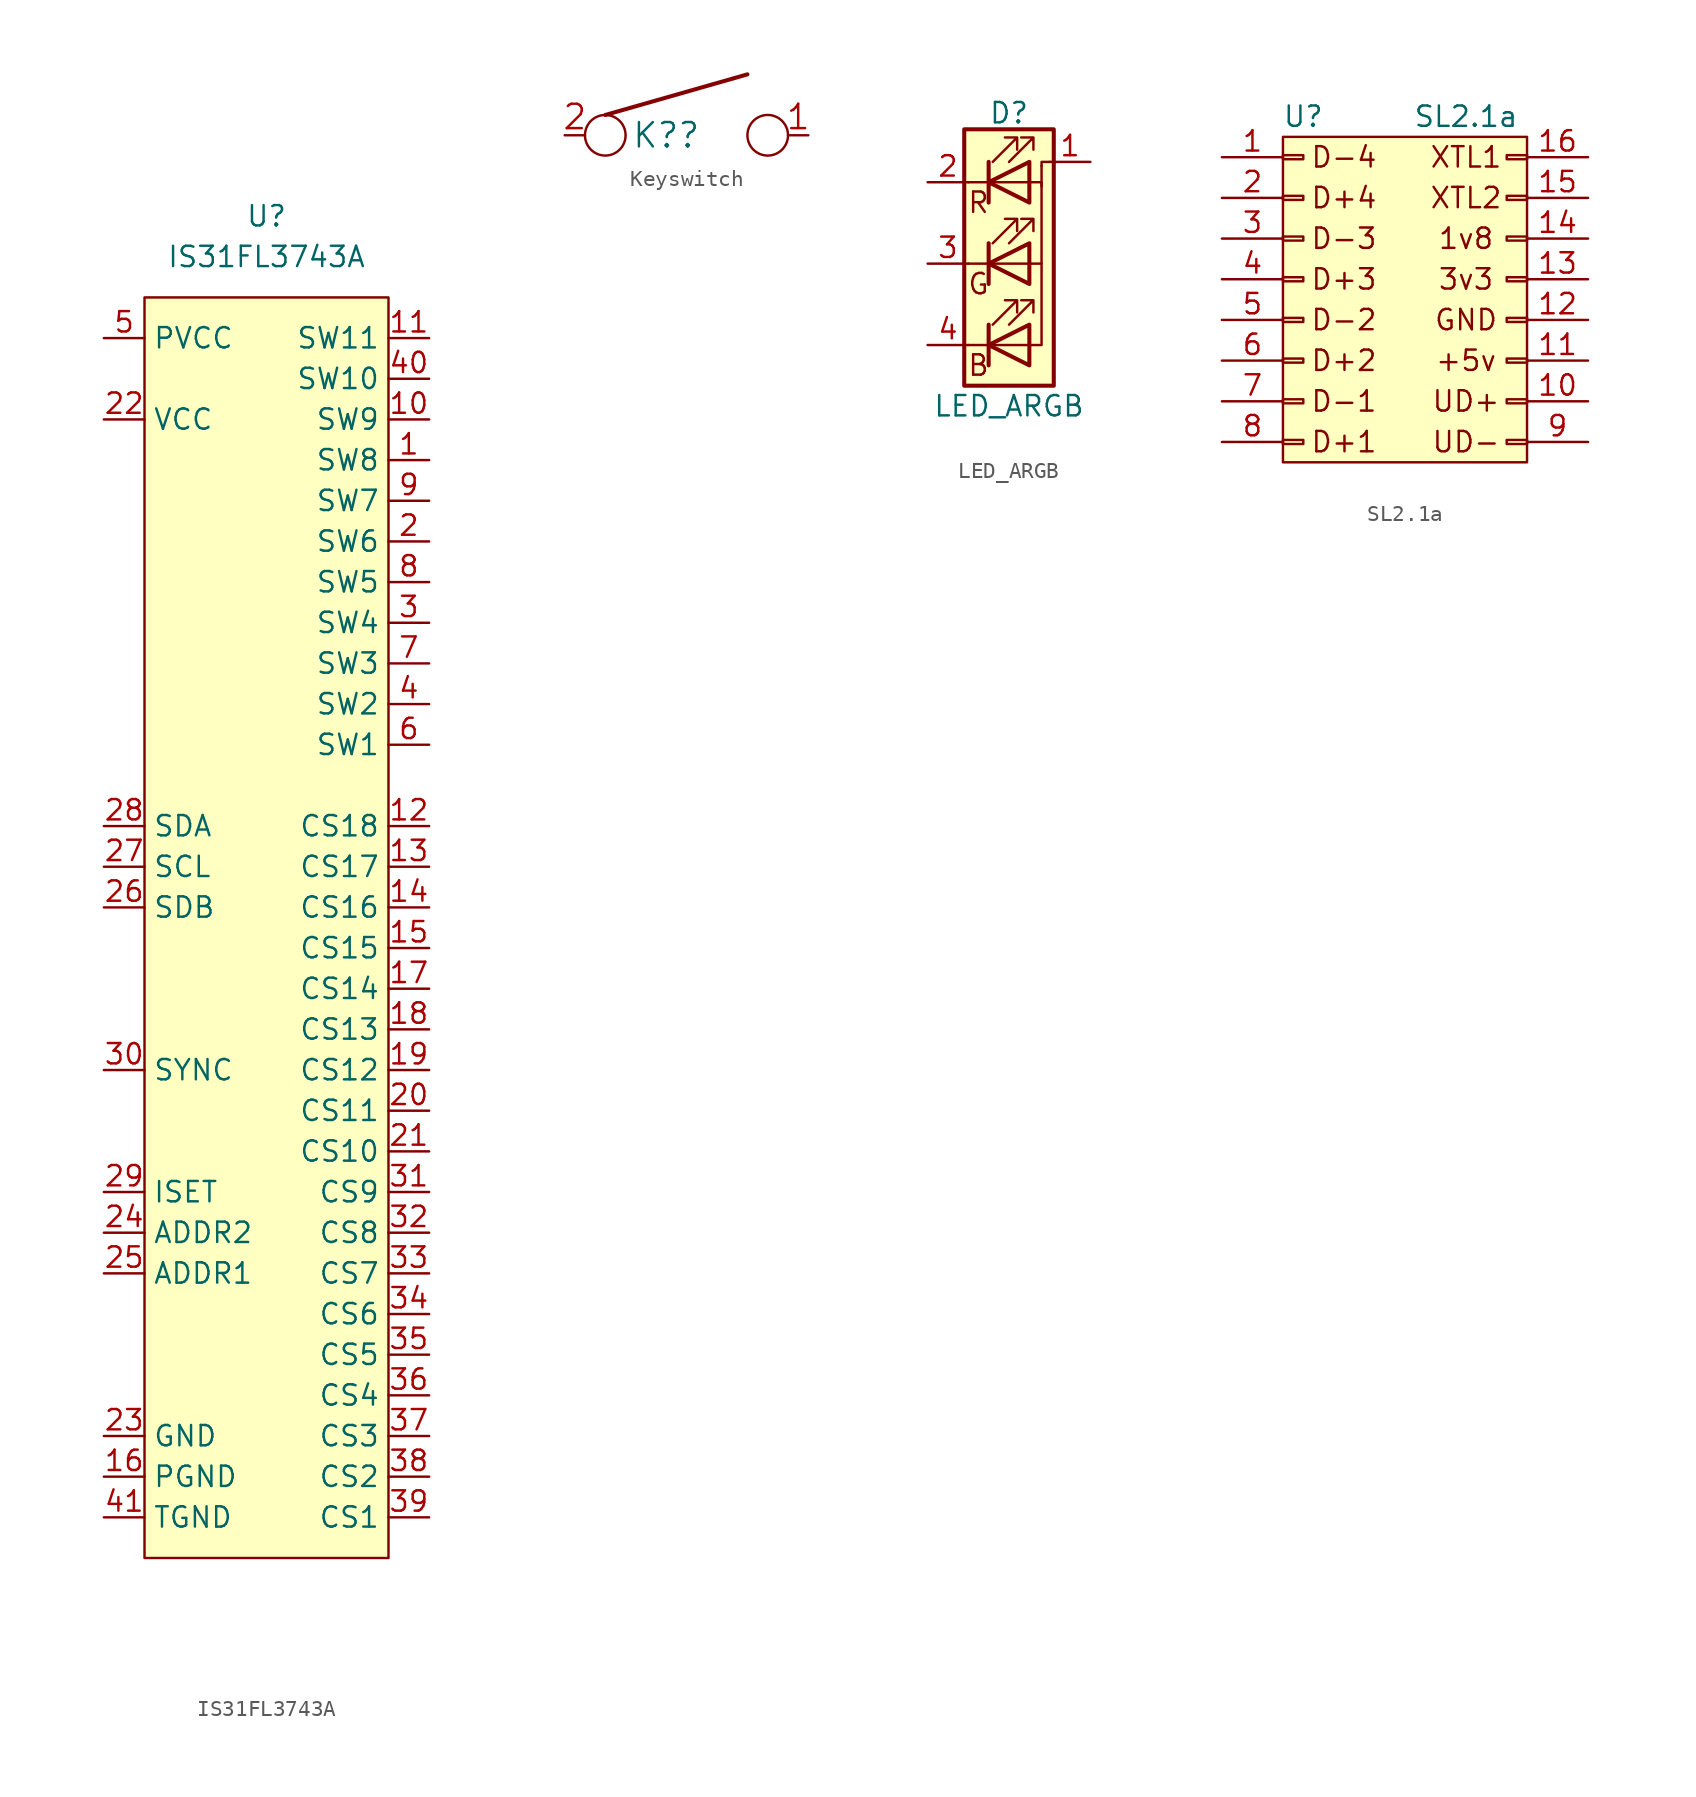
<source format=kicad_sym>
(kicad_symbol_lib
  (version 20211014)
  (generator kicad_symbol_editor)
  (symbol "IS31FL3743A"
    (property "Reference" "U"
      (at 0 44.45 0)
      (effects (font (size 1.27 1.27))))
    (property "Value" "IS31FL3743A"
      (at 0 41.91 0)
      (effects (font (size 1.27 1.27))))
    (symbol "IS31FL3743A_0_1"
      (rectangle (start 7.62 39.37) (end -7.62 -39.37) (stroke (width 0) (type default) (color 0 0 0 0)) (fill (type background))))
    (symbol "IS31FL3743A_1_1"
      (pin output line (at 10.16 29.21 180) (length 2.54) (name "SW8" (effects (font (size 1.27 1.27)))) (number "1" (effects (font (size 1.27 1.27)))))
      (pin output line (at 10.16 31.75 180) (length 2.54) (name "SW9" (effects (font (size 1.27 1.27)))) (number "10" (effects (font (size 1.27 1.27)))))
      (pin output line (at 10.16 36.83 180) (length 2.54) (name "SW11" (effects (font (size 1.27 1.27)))) (number "11" (effects (font (size 1.27 1.27)))))
      (pin output line (at 10.16 6.35 180) (length 2.54) (name "CS18" (effects (font (size 1.27 1.27)))) (number "12" (effects (font (size 1.27 1.27)))))
      (pin output line (at 10.16 3.81 180) (length 2.54) (name "CS17" (effects (font (size 1.27 1.27)))) (number "13" (effects (font (size 1.27 1.27)))))
      (pin output line (at 10.16 1.27 180) (length 2.54) (name "CS16" (effects (font (size 1.27 1.27)))) (number "14" (effects (font (size 1.27 1.27)))))
      (pin output line (at 10.16 -1.27 180) (length 2.54) (name "CS15" (effects (font (size 1.27 1.27)))) (number "15" (effects (font (size 1.27 1.27)))))
      (pin power_in line (at -10.16 -34.29 0) (length 2.54) (name "PGND" (effects (font (size 1.27 1.27)))) (number "16" (effects (font (size 1.27 1.27)))))
      (pin output line (at 10.16 -3.81 180) (length 2.54) (name "CS14" (effects (font (size 1.27 1.27)))) (number "17" (effects (font (size 1.27 1.27)))))
      (pin output line (at 10.16 -6.35 180) (length 2.54) (name "CS13" (effects (font (size 1.27 1.27)))) (number "18" (effects (font (size 1.27 1.27)))))
      (pin output line (at 10.16 -8.89 180) (length 2.54) (name "CS12" (effects (font (size 1.27 1.27)))) (number "19" (effects (font (size 1.27 1.27)))))
      (pin output line (at 10.16 24.13 180) (length 2.54) (name "SW6" (effects (font (size 1.27 1.27)))) (number "2" (effects (font (size 1.27 1.27)))))
      (pin output line (at 10.16 -11.43 180) (length 2.54) (name "CS11" (effects (font (size 1.27 1.27)))) (number "20" (effects (font (size 1.27 1.27)))))
      (pin output line (at 10.16 -13.97 180) (length 2.54) (name "CS10" (effects (font (size 1.27 1.27)))) (number "21" (effects (font (size 1.27 1.27)))))
      (pin power_in line (at -10.16 31.75 0) (length 2.54) (name "VCC" (effects (font (size 1.27 1.27)))) (number "22" (effects (font (size 1.27 1.27)))))
      (pin power_in line (at -10.16 -31.75 0) (length 2.54) (name "GND" (effects (font (size 1.27 1.27)))) (number "23" (effects (font (size 1.27 1.27)))))
      (pin input line (at -10.16 -19.05 0) (length 2.54) (name "ADDR2" (effects (font (size 1.27 1.27)))) (number "24" (effects (font (size 1.27 1.27)))))
      (pin input line (at -10.16 -21.59 0) (length 2.54) (name "ADDR1" (effects (font (size 1.27 1.27)))) (number "25" (effects (font (size 1.27 1.27)))))
      (pin input line (at -10.16 1.27 0) (length 2.54) (name "SDB" (effects (font (size 1.27 1.27)))) (number "26" (effects (font (size 1.27 1.27)))))
      (pin input line (at -10.16 3.81 0) (length 2.54) (name "SCL" (effects (font (size 1.27 1.27)))) (number "27" (effects (font (size 1.27 1.27)))))
      (pin input line (at -10.16 6.35 0) (length 2.54) (name "SDA" (effects (font (size 1.27 1.27)))) (number "28" (effects (font (size 1.27 1.27)))))
      (pin input line (at -10.16 -16.51 0) (length 2.54) (name "ISET" (effects (font (size 1.27 1.27)))) (number "29" (effects (font (size 1.27 1.27)))))
      (pin output line (at 10.16 19.05 180) (length 2.54) (name "SW4" (effects (font (size 1.27 1.27)))) (number "3" (effects (font (size 1.27 1.27)))))
      (pin input line (at -10.16 -8.89 0) (length 2.54) (name "SYNC" (effects (font (size 1.27 1.27)))) (number "30" (effects (font (size 1.27 1.27)))))
      (pin output line (at 10.16 -16.51 180) (length 2.54) (name "CS9" (effects (font (size 1.27 1.27)))) (number "31" (effects (font (size 1.27 1.27)))))
      (pin output line (at 10.16 -19.05 180) (length 2.54) (name "CS8" (effects (font (size 1.27 1.27)))) (number "32" (effects (font (size 1.27 1.27)))))
      (pin output line (at 10.16 -21.59 180) (length 2.54) (name "CS7" (effects (font (size 1.27 1.27)))) (number "33" (effects (font (size 1.27 1.27)))))
      (pin output line (at 10.16 -24.13 180) (length 2.54) (name "CS6" (effects (font (size 1.27 1.27)))) (number "34" (effects (font (size 1.27 1.27)))))
      (pin output line (at 10.16 -26.67 180) (length 2.54) (name "CS5" (effects (font (size 1.27 1.27)))) (number "35" (effects (font (size 1.27 1.27)))))
      (pin output line (at 10.16 -29.21 180) (length 2.54) (name "CS4" (effects (font (size 1.27 1.27)))) (number "36" (effects (font (size 1.27 1.27)))))
      (pin output line (at 10.16 -31.75 180) (length 2.54) (name "CS3" (effects (font (size 1.27 1.27)))) (number "37" (effects (font (size 1.27 1.27)))))
      (pin output line (at 10.16 -34.29 180) (length 2.54) (name "CS2" (effects (font (size 1.27 1.27)))) (number "38" (effects (font (size 1.27 1.27)))))
      (pin output line (at 10.16 -36.83 180) (length 2.54) (name "CS1" (effects (font (size 1.27 1.27)))) (number "39" (effects (font (size 1.27 1.27)))))
      (pin output line (at 10.16 13.97 180) (length 2.54) (name "SW2" (effects (font (size 1.27 1.27)))) (number "4" (effects (font (size 1.27 1.27)))))
      (pin output line (at 10.16 34.29 180) (length 2.54) (name "SW10" (effects (font (size 1.27 1.27)))) (number "40" (effects (font (size 1.27 1.27)))))
      (pin power_in line (at -10.16 -36.83 0) (length 2.54) (name "TGND" (effects (font (size 1.27 1.27)))) (number "41" (effects (font (size 1.27 1.27)))))
      (pin power_in line (at -10.16 36.83 0) (length 2.54) (name "PVCC" (effects (font (size 1.27 1.27)))) (number "5" (effects (font (size 1.27 1.27)))))
      (pin output line (at 10.16 11.43 180) (length 2.54) (name "SW1" (effects (font (size 1.27 1.27)))) (number "6" (effects (font (size 1.27 1.27)))))
      (pin output line (at 10.16 16.51 180) (length 2.54) (name "SW3" (effects (font (size 1.27 1.27)))) (number "7" (effects (font (size 1.27 1.27)))))
      (pin output line (at 10.16 21.59 180) (length 2.54) (name "SW5" (effects (font (size 1.27 1.27)))) (number "8" (effects (font (size 1.27 1.27)))))
      (pin output line (at 10.16 26.67 180) (length 2.54) (name "SW7" (effects (font (size 1.27 1.27)))) (number "9" (effects (font (size 1.27 1.27)))))))
  (symbol "Keyswitch"
    (pin_names
      (offset 1.016))
    (property "Reference" "K?"
      (at -1.27 0 0)
      (effects (font (size 1.524 1.524))))
    (property "Footprint" ""
      (at 0 0 0)
      (effects (font (size 1.524 1.524))))
    (property "Datasheet" ""
      (at 0 0 0)
      (effects (font (size 1.524 1.524))))
    (symbol "Keyswitch_0_1"
      (circle (center -5.08 0) (radius 1.27) (stroke (width 0) (type default) (color 0 0 0 0)) (fill (type none)))
      (polyline (pts (xy -5.08 1.27) (xy 3.81 3.81)) (stroke (width 0.254) (type default) (color 0 0 0 0)) (fill (type none)))
      (circle (center 5.08 0) (radius 1.27) (stroke (width 0) (type default) (color 0 0 0 0)) (fill (type none))))
    (symbol "Keyswitch_1_1"
      (pin passive line (at 7.62 0 180) (length 1.27) (name "~" (effects (font (size 1.524 1.524)))) (number "1" (effects (font (size 1.524 1.524)))))
      (pin passive line (at -7.62 0 0) (length 1.27) (name "~" (effects (font (size 1.524 1.524)))) (number "2" (effects (font (size 1.524 1.524)))))))
  (symbol "LED_ARGB"
    (pin_names
      (offset 0) hide)
    (property "Reference" "D"
      (at 0 9.398 0)
      (effects (font (size 1.27 1.27))))
    (property "Value" "LED_ARGB"
      (at 0 -8.89 0)
      (effects (font (size 1.27 1.27))))
    (symbol "LED_ARGB_0_0"
      (text "B" (at -1.905 -6.35 0) (effects (font (size 1.27 1.27))))
      (text "G" (at -1.905 -1.27 0) (effects (font (size 1.27 1.27))))
      (text "R" (at -1.905 3.81 0) (effects (font (size 1.27 1.27)))))
    (symbol "LED_ARGB_0_1"
      (polyline (pts (xy -2.54 -5.08) (xy 1.27 -5.08)) (stroke (width 0) (type default) (color 0 0 0 0)) (fill (type none)))
      (polyline (pts (xy -2.54 0) (xy 2.032 0)) (stroke (width 0) (type default) (color 0 0 0 0)) (fill (type none)))
      (polyline (pts (xy -1.27 -3.81) (xy -1.27 -6.35)) (stroke (width 0.254) (type default) (color 0 0 0 0)) (fill (type none)))
      (polyline (pts (xy -1.27 1.27) (xy -1.27 -1.27)) (stroke (width 0.254) (type default) (color 0 0 0 0)) (fill (type none)))
      (polyline (pts (xy -1.27 6.35) (xy -1.27 3.81)) (stroke (width 0.254) (type default) (color 0 0 0 0)) (fill (type none)))
      (polyline (pts (xy 1.27 5.08) (xy -2.54 5.08)) (stroke (width 0) (type default) (color 0 0 0 0)) (fill (type none)))
      (polyline (pts (xy 2.032 6.096) (xy 2.032 4.826)) (stroke (width 0) (type default) (color 0 0 0 0)) (fill (type none)))
      (polyline (pts (xy 2.54 6.35) (xy 2.032 6.35) (xy 2.032 6.096)) (stroke (width 0) (type default) (color 0 0 0 0)) (fill (type none)))
      (polyline (pts (xy 1.27 -5.08) (xy 2.032 -5.08) (xy 2.032 5.08) (xy 1.27 5.08)) (stroke (width 0) (type default) (color 0 0 0 0)) (fill (type none)))
      (polyline (pts (xy 1.27 -3.81) (xy 1.27 -6.35) (xy -1.27 -5.08) (xy 1.27 -3.81)) (stroke (width 0.254) (type default) (color 0 0 0 0)) (fill (type none)))
      (polyline (pts (xy 1.27 1.27) (xy 1.27 -1.27) (xy -1.27 0) (xy 1.27 1.27)) (stroke (width 0.254) (type default) (color 0 0 0 0)) (fill (type none)))
      (polyline (pts (xy 1.27 6.35) (xy 1.27 3.81) (xy -1.27 5.08) (xy 1.27 6.35)) (stroke (width 0.254) (type default) (color 0 0 0 0)) (fill (type none)))
      (polyline (pts (xy -1.016 -3.81) (xy 0.508 -2.286) (xy -0.254 -2.286) (xy 0.508 -2.286) (xy 0.508 -3.048)) (stroke (width 0) (type default) (color 0 0 0 0)) (fill (type none)))
      (polyline (pts (xy -1.016 1.27) (xy 0.508 2.794) (xy -0.254 2.794) (xy 0.508 2.794) (xy 0.508 2.032)) (stroke (width 0) (type default) (color 0 0 0 0)) (fill (type none)))
      (polyline (pts (xy -1.016 6.35) (xy 0.508 7.874) (xy -0.254 7.874) (xy 0.508 7.874) (xy 0.508 7.112)) (stroke (width 0) (type default) (color 0 0 0 0)) (fill (type none)))
      (polyline (pts (xy 0 -3.81) (xy 1.524 -2.286) (xy 0.762 -2.286) (xy 1.524 -2.286) (xy 1.524 -3.048)) (stroke (width 0) (type default) (color 0 0 0 0)) (fill (type none)))
      (polyline (pts (xy 0 1.27) (xy 1.524 2.794) (xy 0.762 2.794) (xy 1.524 2.794) (xy 1.524 2.032)) (stroke (width 0) (type default) (color 0 0 0 0)) (fill (type none)))
      (polyline (pts (xy 0 6.35) (xy 1.524 7.874) (xy 0.762 7.874) (xy 1.524 7.874) (xy 1.524 7.112)) (stroke (width 0) (type default) (color 0 0 0 0)) (fill (type none)))
      (rectangle (start 1.27 6.35) (end 1.27 6.35) (stroke (width 0) (type default) (color 0 0 0 0)) (fill (type none)))
      (rectangle (start 2.794 8.382) (end -2.794 -7.62) (stroke (width 0.254) (type default) (color 0 0 0 0)) (fill (type background))))
    (symbol "LED_ARGB_1_1"
      (pin passive line (at 5.08 6.35 180) (length 2.54) (name "A" (effects (font (size 1.27 1.27)))) (number "1" (effects (font (size 1.27 1.27)))))
      (pin passive line (at -5.08 5.08 0) (length 2.54) (name "RK" (effects (font (size 1.27 1.27)))) (number "2" (effects (font (size 1.27 1.27)))))
      (pin passive line (at -5.08 0 0) (length 2.54) (name "GK" (effects (font (size 1.27 1.27)))) (number "3" (effects (font (size 1.27 1.27)))))
      (pin passive line (at -5.08 -5.08 0) (length 2.54) (name "BK" (effects (font (size 1.27 1.27)))) (number "4" (effects (font (size 1.27 1.27)))))))
  (symbol "SL2.1a"
    (pin_names
      (offset 1.016) hide)
    (property "Reference" "U"
      (at -6.35 10.16 0)
      (effects (font (size 1.27 1.27))))
    (property "Value" "SL2.1a"
      (at 3.81 10.16 0)
      (effects (font (size 1.27 1.27))))
    (symbol "SL2.1a_0_0"
      (text "+5v" (at 3.81 -5.08 0) (effects (font (size 1.27 1.27))))
      (text "1v8" (at 3.81 2.54 0) (effects (font (size 1.27 1.27))))
      (text "3v3" (at 3.81 0 0) (effects (font (size 1.27 1.27))))
      (text "D+1" (at -3.81 -10.16 0) (effects (font (size 1.27 1.27))))
      (text "D+2" (at -3.81 -5.08 0) (effects (font (size 1.27 1.27))))
      (text "D+3" (at -3.81 0 0) (effects (font (size 1.27 1.27))))
      (text "D+4" (at -3.81 5.08 0) (effects (font (size 1.27 1.27))))
      (text "D-1" (at -3.81 -7.62 0) (effects (font (size 1.27 1.27))))
      (text "D-2" (at -3.81 -2.54 0) (effects (font (size 1.27 1.27))))
      (text "D-3" (at -3.81 2.54 0) (effects (font (size 1.27 1.27))))
      (text "D-4" (at -3.81 7.62 0) (effects (font (size 1.27 1.27))))
      (text "GND" (at 3.81 -2.54 0) (effects (font (size 1.27 1.27))))
      (text "UD+" (at 3.81 -7.62 0) (effects (font (size 1.27 1.27))))
      (text "UD-" (at 3.81 -10.16 0) (effects (font (size 1.27 1.27))))
      (text "XTL1" (at 3.81 7.62 0) (effects (font (size 1.27 1.27))))
      (text "XTL2" (at 3.81 5.08 0) (effects (font (size 1.27 1.27)))))
    (symbol "SL2.1a_0_1"
      (rectangle (start 7.62 8.89) (end -7.62 -11.43) (stroke (width 0) (type default) (color 0 0 0 0)) (fill (type background))))
    (symbol "SL2.1a_1_1"
      (rectangle (start -7.62 -10.033) (end -6.35 -10.287) (stroke (width 0.152) (type default) (color 0 0 0 0)) (fill (type none)))
      (rectangle (start -7.62 -7.493) (end -6.35 -7.747) (stroke (width 0.152) (type default) (color 0 0 0 0)) (fill (type none)))
      (rectangle (start -7.62 -4.953) (end -6.35 -5.207) (stroke (width 0.152) (type default) (color 0 0 0 0)) (fill (type none)))
      (rectangle (start -7.62 -2.413) (end -6.35 -2.667) (stroke (width 0.152) (type default) (color 0 0 0 0)) (fill (type none)))
      (rectangle (start -7.62 0.127) (end -6.35 -0.127) (stroke (width 0.152) (type default) (color 0 0 0 0)) (fill (type none)))
      (rectangle (start -7.62 2.667) (end -6.35 2.413) (stroke (width 0.152) (type default) (color 0 0 0 0)) (fill (type none)))
      (rectangle (start -7.62 5.207) (end -6.35 4.953) (stroke (width 0.152) (type default) (color 0 0 0 0)) (fill (type none)))
      (rectangle (start -7.62 7.747) (end -6.35 7.493) (stroke (width 0.152) (type default) (color 0 0 0 0)) (fill (type none)))
      (rectangle (start 7.62 -10.033) (end 6.35 -10.287) (stroke (width 0.152) (type default) (color 0 0 0 0)) (fill (type none)))
      (rectangle (start 7.62 -7.493) (end 6.35 -7.747) (stroke (width 0.152) (type default) (color 0 0 0 0)) (fill (type none)))
      (rectangle (start 7.62 -4.953) (end 6.35 -5.207) (stroke (width 0.152) (type default) (color 0 0 0 0)) (fill (type none)))
      (rectangle (start 7.62 -2.413) (end 6.35 -2.667) (stroke (width 0.152) (type default) (color 0 0 0 0)) (fill (type none)))
      (rectangle (start 7.62 0.127) (end 6.35 -0.127) (stroke (width 0.152) (type default) (color 0 0 0 0)) (fill (type none)))
      (rectangle (start 7.62 2.667) (end 6.35 2.413) (stroke (width 0.152) (type default) (color 0 0 0 0)) (fill (type none)))
      (rectangle (start 7.62 5.207) (end 6.35 4.953) (stroke (width 0.152) (type default) (color 0 0 0 0)) (fill (type none)))
      (rectangle (start 7.62 7.747) (end 6.35 7.493) (stroke (width 0.152) (type default) (color 0 0 0 0)) (fill (type none)))
      (pin passive line (at -11.43 7.62 0) (length 3.81) (name "Pin_1" (effects (font (size 1.27 1.27)))) (number "1" (effects (font (size 1.27 1.27)))))
      (pin passive line (at 11.43 -7.62 180) (length 3.81) (name "Pin_10" (effects (font (size 1.27 1.27)))) (number "10" (effects (font (size 1.27 1.27)))))
      (pin passive line (at 11.43 -5.08 180) (length 3.81) (name "Pin_11" (effects (font (size 1.27 1.27)))) (number "11" (effects (font (size 1.27 1.27)))))
      (pin passive line (at 11.43 -2.54 180) (length 3.81) (name "Pin_12" (effects (font (size 1.27 1.27)))) (number "12" (effects (font (size 1.27 1.27)))))
      (pin passive line (at 11.43 0 180) (length 3.81) (name "Pin_13" (effects (font (size 1.27 1.27)))) (number "13" (effects (font (size 1.27 1.27)))))
      (pin passive line (at 11.43 2.54 180) (length 3.81) (name "Pin_14" (effects (font (size 1.27 1.27)))) (number "14" (effects (font (size 1.27 1.27)))))
      (pin passive line (at 11.43 5.08 180) (length 3.81) (name "Pin_15" (effects (font (size 1.27 1.27)))) (number "15" (effects (font (size 1.27 1.27)))))
      (pin passive line (at 11.43 7.62 180) (length 3.81) (name "Pin_16" (effects (font (size 1.27 1.27)))) (number "16" (effects (font (size 1.27 1.27)))))
      (pin passive line (at -11.43 5.08 0) (length 3.81) (name "Pin_2" (effects (font (size 1.27 1.27)))) (number "2" (effects (font (size 1.27 1.27)))))
      (pin passive line (at -11.43 2.54 0) (length 3.81) (name "Pin_3" (effects (font (size 1.27 1.27)))) (number "3" (effects (font (size 1.27 1.27)))))
      (pin passive line (at -11.43 0 0) (length 3.81) (name "Pin_4" (effects (font (size 1.27 1.27)))) (number "4" (effects (font (size 1.27 1.27)))))
      (pin passive line (at -11.43 -2.54 0) (length 3.81) (name "Pin_5" (effects (font (size 1.27 1.27)))) (number "5" (effects (font (size 1.27 1.27)))))
      (pin passive line (at -11.43 -5.08 0) (length 3.81) (name "Pin_6" (effects (font (size 1.27 1.27)))) (number "6" (effects (font (size 1.27 1.27)))))
      (pin passive line (at -11.43 -7.62 0) (length 3.81) (name "Pin_7" (effects (font (size 1.27 1.27)))) (number "7" (effects (font (size 1.27 1.27)))))
      (pin passive line (at -11.43 -10.16 0) (length 3.81) (name "Pin_8" (effects (font (size 1.27 1.27)))) (number "8" (effects (font (size 1.27 1.27)))))
      (pin passive line (at 11.43 -10.16 180) (length 3.81) (name "Pin_9" (effects (font (size 1.27 1.27)))) (number "9" (effects (font (size 1.27 1.27))))))))
</source>
